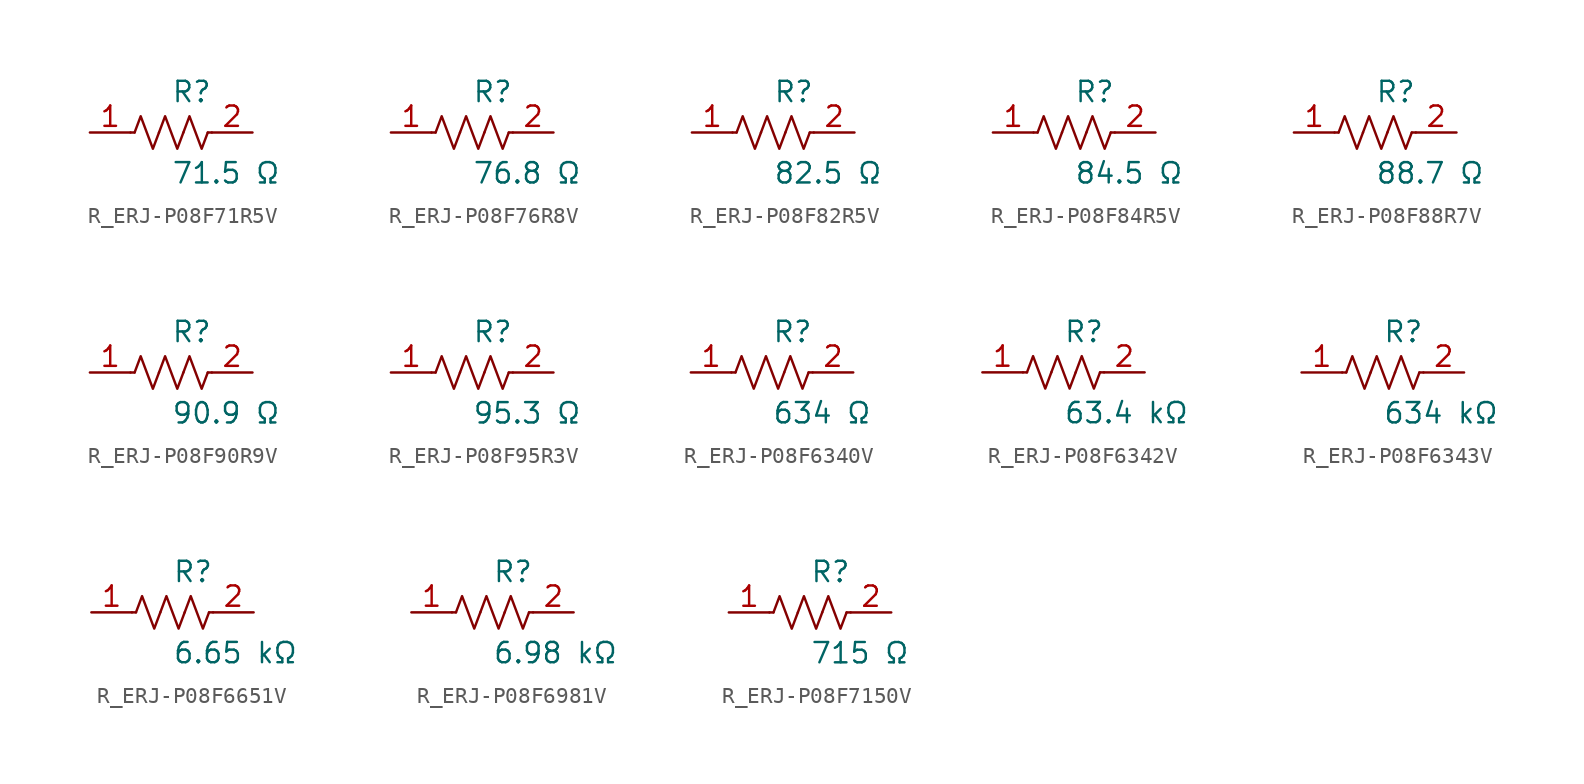
<source format=kicad_sym>
(kicad_symbol_lib
  (version 20231120)
  (generator kicad_symbol_editor)
  (generator_version 8.0)
  (symbol "R_ERJ-P08F71R5V"
    (pin_names
      (offset 0.254))
    (property "Reference" "R"
      (at 0.0 2.54 0)
      (effects (font (size 1.27 1.27)) (justify left)))
    (property "Value" "71.5 Ω"
      (at 0.0 -2.54 0)
      (effects (font (size 1.27 1.27)) (justify left)))
    (symbol "R_ERJ-P08F71R5V_0_1"
      (polyline (pts (xy 2.286 0) (xy 2.54 0)) (stroke (width 0) (type default)) (fill (type none)))
      (polyline (pts (xy -2.286 0) (xy -2.54 0)) (stroke (width 0) (type default)) (fill (type none)))
      (polyline (pts (xy 0.762 0) (xy 1.143 1.016) (xy 1.524 0) (xy 1.905 -1.016) (xy 2.286 0)) (stroke (width 0) (type default)) (fill (type none)))
      (polyline (pts (xy -0.762 0) (xy -0.381 1.016) (xy 0 0) (xy 0.381 -1.016) (xy 0.762 0)) (stroke (width 0) (type default)) (fill (type none)))
      (polyline (pts (xy -2.286 0) (xy -1.905 1.016) (xy -1.524 0) (xy -1.143 -1.016) (xy -0.762 0)) (stroke (width 0) (type default)) (fill (type none))))
    (pin unspecified line
      (at -5.08 0 0)
      (length 2.54)
      (name "" (effects (font (size 1.27 1.27))))
      (number "1" (effects (font (size 1.27 1.27)))))
    (pin unspecified line
      (at 5.08 0 180)
      (length 2.54)
      (name "" (effects (font (size 1.27 1.27))))
      (number "2" (effects (font (size 1.27 1.27))))))
  (symbol "R_ERJ-P08F76R8V"
    (pin_names
      (offset 0.254))
    (property "Reference" "R"
      (at 0.0 2.54 0)
      (effects (font (size 1.27 1.27)) (justify left)))
    (property "Value" "76.8 Ω"
      (at 0.0 -2.54 0)
      (effects (font (size 1.27 1.27)) (justify left)))
    (symbol "R_ERJ-P08F76R8V_0_1"
      (polyline (pts (xy 2.286 0) (xy 2.54 0)) (stroke (width 0) (type default)) (fill (type none)))
      (polyline (pts (xy -2.286 0) (xy -2.54 0)) (stroke (width 0) (type default)) (fill (type none)))
      (polyline (pts (xy 0.762 0) (xy 1.143 1.016) (xy 1.524 0) (xy 1.905 -1.016) (xy 2.286 0)) (stroke (width 0) (type default)) (fill (type none)))
      (polyline (pts (xy -0.762 0) (xy -0.381 1.016) (xy 0 0) (xy 0.381 -1.016) (xy 0.762 0)) (stroke (width 0) (type default)) (fill (type none)))
      (polyline (pts (xy -2.286 0) (xy -1.905 1.016) (xy -1.524 0) (xy -1.143 -1.016) (xy -0.762 0)) (stroke (width 0) (type default)) (fill (type none))))
    (pin unspecified line
      (at -5.08 0 0)
      (length 2.54)
      (name "" (effects (font (size 1.27 1.27))))
      (number "1" (effects (font (size 1.27 1.27)))))
    (pin unspecified line
      (at 5.08 0 180)
      (length 2.54)
      (name "" (effects (font (size 1.27 1.27))))
      (number "2" (effects (font (size 1.27 1.27))))))
  (symbol "R_ERJ-P08F82R5V"
    (pin_names
      (offset 0.254))
    (property "Reference" "R"
      (at 0.0 2.54 0)
      (effects (font (size 1.27 1.27)) (justify left)))
    (property "Value" "82.5 Ω"
      (at 0.0 -2.54 0)
      (effects (font (size 1.27 1.27)) (justify left)))
    (symbol "R_ERJ-P08F82R5V_0_1"
      (polyline (pts (xy 2.286 0) (xy 2.54 0)) (stroke (width 0) (type default)) (fill (type none)))
      (polyline (pts (xy -2.286 0) (xy -2.54 0)) (stroke (width 0) (type default)) (fill (type none)))
      (polyline (pts (xy 0.762 0) (xy 1.143 1.016) (xy 1.524 0) (xy 1.905 -1.016) (xy 2.286 0)) (stroke (width 0) (type default)) (fill (type none)))
      (polyline (pts (xy -0.762 0) (xy -0.381 1.016) (xy 0 0) (xy 0.381 -1.016) (xy 0.762 0)) (stroke (width 0) (type default)) (fill (type none)))
      (polyline (pts (xy -2.286 0) (xy -1.905 1.016) (xy -1.524 0) (xy -1.143 -1.016) (xy -0.762 0)) (stroke (width 0) (type default)) (fill (type none))))
    (pin unspecified line
      (at -5.08 0 0)
      (length 2.54)
      (name "" (effects (font (size 1.27 1.27))))
      (number "1" (effects (font (size 1.27 1.27)))))
    (pin unspecified line
      (at 5.08 0 180)
      (length 2.54)
      (name "" (effects (font (size 1.27 1.27))))
      (number "2" (effects (font (size 1.27 1.27))))))
  (symbol "R_ERJ-P08F84R5V"
    (pin_names
      (offset 0.254))
    (property "Reference" "R"
      (at 0.0 2.54 0)
      (effects (font (size 1.27 1.27)) (justify left)))
    (property "Value" "84.5 Ω"
      (at 0.0 -2.54 0)
      (effects (font (size 1.27 1.27)) (justify left)))
    (symbol "R_ERJ-P08F84R5V_0_1"
      (polyline (pts (xy 2.286 0) (xy 2.54 0)) (stroke (width 0) (type default)) (fill (type none)))
      (polyline (pts (xy -2.286 0) (xy -2.54 0)) (stroke (width 0) (type default)) (fill (type none)))
      (polyline (pts (xy 0.762 0) (xy 1.143 1.016) (xy 1.524 0) (xy 1.905 -1.016) (xy 2.286 0)) (stroke (width 0) (type default)) (fill (type none)))
      (polyline (pts (xy -0.762 0) (xy -0.381 1.016) (xy 0 0) (xy 0.381 -1.016) (xy 0.762 0)) (stroke (width 0) (type default)) (fill (type none)))
      (polyline (pts (xy -2.286 0) (xy -1.905 1.016) (xy -1.524 0) (xy -1.143 -1.016) (xy -0.762 0)) (stroke (width 0) (type default)) (fill (type none))))
    (pin unspecified line
      (at -5.08 0 0)
      (length 2.54)
      (name "" (effects (font (size 1.27 1.27))))
      (number "1" (effects (font (size 1.27 1.27)))))
    (pin unspecified line
      (at 5.08 0 180)
      (length 2.54)
      (name "" (effects (font (size 1.27 1.27))))
      (number "2" (effects (font (size 1.27 1.27))))))
  (symbol "R_ERJ-P08F88R7V"
    (pin_names
      (offset 0.254))
    (property "Reference" "R"
      (at 0.0 2.54 0)
      (effects (font (size 1.27 1.27)) (justify left)))
    (property "Value" "88.7 Ω"
      (at 0.0 -2.54 0)
      (effects (font (size 1.27 1.27)) (justify left)))
    (symbol "R_ERJ-P08F88R7V_0_1"
      (polyline (pts (xy 2.286 0) (xy 2.54 0)) (stroke (width 0) (type default)) (fill (type none)))
      (polyline (pts (xy -2.286 0) (xy -2.54 0)) (stroke (width 0) (type default)) (fill (type none)))
      (polyline (pts (xy 0.762 0) (xy 1.143 1.016) (xy 1.524 0) (xy 1.905 -1.016) (xy 2.286 0)) (stroke (width 0) (type default)) (fill (type none)))
      (polyline (pts (xy -0.762 0) (xy -0.381 1.016) (xy 0 0) (xy 0.381 -1.016) (xy 0.762 0)) (stroke (width 0) (type default)) (fill (type none)))
      (polyline (pts (xy -2.286 0) (xy -1.905 1.016) (xy -1.524 0) (xy -1.143 -1.016) (xy -0.762 0)) (stroke (width 0) (type default)) (fill (type none))))
    (pin unspecified line
      (at -5.08 0 0)
      (length 2.54)
      (name "" (effects (font (size 1.27 1.27))))
      (number "1" (effects (font (size 1.27 1.27)))))
    (pin unspecified line
      (at 5.08 0 180)
      (length 2.54)
      (name "" (effects (font (size 1.27 1.27))))
      (number "2" (effects (font (size 1.27 1.27))))))
  (symbol "R_ERJ-P08F90R9V"
    (pin_names
      (offset 0.254))
    (property "Reference" "R"
      (at 0.0 2.54 0)
      (effects (font (size 1.27 1.27)) (justify left)))
    (property "Value" "90.9 Ω"
      (at 0.0 -2.54 0)
      (effects (font (size 1.27 1.27)) (justify left)))
    (symbol "R_ERJ-P08F90R9V_0_1"
      (polyline (pts (xy 2.286 0) (xy 2.54 0)) (stroke (width 0) (type default)) (fill (type none)))
      (polyline (pts (xy -2.286 0) (xy -2.54 0)) (stroke (width 0) (type default)) (fill (type none)))
      (polyline (pts (xy 0.762 0) (xy 1.143 1.016) (xy 1.524 0) (xy 1.905 -1.016) (xy 2.286 0)) (stroke (width 0) (type default)) (fill (type none)))
      (polyline (pts (xy -0.762 0) (xy -0.381 1.016) (xy 0 0) (xy 0.381 -1.016) (xy 0.762 0)) (stroke (width 0) (type default)) (fill (type none)))
      (polyline (pts (xy -2.286 0) (xy -1.905 1.016) (xy -1.524 0) (xy -1.143 -1.016) (xy -0.762 0)) (stroke (width 0) (type default)) (fill (type none))))
    (pin unspecified line
      (at -5.08 0 0)
      (length 2.54)
      (name "" (effects (font (size 1.27 1.27))))
      (number "1" (effects (font (size 1.27 1.27)))))
    (pin unspecified line
      (at 5.08 0 180)
      (length 2.54)
      (name "" (effects (font (size 1.27 1.27))))
      (number "2" (effects (font (size 1.27 1.27))))))
  (symbol "R_ERJ-P08F95R3V"
    (pin_names
      (offset 0.254))
    (property "Reference" "R"
      (at 0.0 2.54 0)
      (effects (font (size 1.27 1.27)) (justify left)))
    (property "Value" "95.3 Ω"
      (at 0.0 -2.54 0)
      (effects (font (size 1.27 1.27)) (justify left)))
    (symbol "R_ERJ-P08F95R3V_0_1"
      (polyline (pts (xy 2.286 0) (xy 2.54 0)) (stroke (width 0) (type default)) (fill (type none)))
      (polyline (pts (xy -2.286 0) (xy -2.54 0)) (stroke (width 0) (type default)) (fill (type none)))
      (polyline (pts (xy 0.762 0) (xy 1.143 1.016) (xy 1.524 0) (xy 1.905 -1.016) (xy 2.286 0)) (stroke (width 0) (type default)) (fill (type none)))
      (polyline (pts (xy -0.762 0) (xy -0.381 1.016) (xy 0 0) (xy 0.381 -1.016) (xy 0.762 0)) (stroke (width 0) (type default)) (fill (type none)))
      (polyline (pts (xy -2.286 0) (xy -1.905 1.016) (xy -1.524 0) (xy -1.143 -1.016) (xy -0.762 0)) (stroke (width 0) (type default)) (fill (type none))))
    (pin unspecified line
      (at -5.08 0 0)
      (length 2.54)
      (name "" (effects (font (size 1.27 1.27))))
      (number "1" (effects (font (size 1.27 1.27)))))
    (pin unspecified line
      (at 5.08 0 180)
      (length 2.54)
      (name "" (effects (font (size 1.27 1.27))))
      (number "2" (effects (font (size 1.27 1.27))))))
  (symbol "R_ERJ-P08F6340V"
    (pin_names
      (offset 0.254))
    (property "Reference" "R"
      (at 0.0 2.54 0)
      (effects (font (size 1.27 1.27)) (justify left)))
    (property "Value" "634 Ω"
      (at 0.0 -2.54 0)
      (effects (font (size 1.27 1.27)) (justify left)))
    (symbol "R_ERJ-P08F6340V_0_1"
      (polyline (pts (xy 2.286 0) (xy 2.54 0)) (stroke (width 0) (type default)) (fill (type none)))
      (polyline (pts (xy -2.286 0) (xy -2.54 0)) (stroke (width 0) (type default)) (fill (type none)))
      (polyline (pts (xy 0.762 0) (xy 1.143 1.016) (xy 1.524 0) (xy 1.905 -1.016) (xy 2.286 0)) (stroke (width 0) (type default)) (fill (type none)))
      (polyline (pts (xy -0.762 0) (xy -0.381 1.016) (xy 0 0) (xy 0.381 -1.016) (xy 0.762 0)) (stroke (width 0) (type default)) (fill (type none)))
      (polyline (pts (xy -2.286 0) (xy -1.905 1.016) (xy -1.524 0) (xy -1.143 -1.016) (xy -0.762 0)) (stroke (width 0) (type default)) (fill (type none))))
    (pin unspecified line
      (at -5.08 0 0)
      (length 2.54)
      (name "" (effects (font (size 1.27 1.27))))
      (number "1" (effects (font (size 1.27 1.27)))))
    (pin unspecified line
      (at 5.08 0 180)
      (length 2.54)
      (name "" (effects (font (size 1.27 1.27))))
      (number "2" (effects (font (size 1.27 1.27))))))
  (symbol "R_ERJ-P08F6342V"
    (pin_names
      (offset 0.254))
    (property "Reference" "R"
      (at 0.0 2.54 0)
      (effects (font (size 1.27 1.27)) (justify left)))
    (property "Value" "63.4 kΩ"
      (at 0.0 -2.54 0)
      (effects (font (size 1.27 1.27)) (justify left)))
    (symbol "R_ERJ-P08F6342V_0_1"
      (polyline (pts (xy 2.286 0) (xy 2.54 0)) (stroke (width 0) (type default)) (fill (type none)))
      (polyline (pts (xy -2.286 0) (xy -2.54 0)) (stroke (width 0) (type default)) (fill (type none)))
      (polyline (pts (xy 0.762 0) (xy 1.143 1.016) (xy 1.524 0) (xy 1.905 -1.016) (xy 2.286 0)) (stroke (width 0) (type default)) (fill (type none)))
      (polyline (pts (xy -0.762 0) (xy -0.381 1.016) (xy 0 0) (xy 0.381 -1.016) (xy 0.762 0)) (stroke (width 0) (type default)) (fill (type none)))
      (polyline (pts (xy -2.286 0) (xy -1.905 1.016) (xy -1.524 0) (xy -1.143 -1.016) (xy -0.762 0)) (stroke (width 0) (type default)) (fill (type none))))
    (pin unspecified line
      (at -5.08 0 0)
      (length 2.54)
      (name "" (effects (font (size 1.27 1.27))))
      (number "1" (effects (font (size 1.27 1.27)))))
    (pin unspecified line
      (at 5.08 0 180)
      (length 2.54)
      (name "" (effects (font (size 1.27 1.27))))
      (number "2" (effects (font (size 1.27 1.27))))))
  (symbol "R_ERJ-P08F6343V"
    (pin_names
      (offset 0.254))
    (property "Reference" "R"
      (at 0.0 2.54 0)
      (effects (font (size 1.27 1.27)) (justify left)))
    (property "Value" "634 kΩ"
      (at 0.0 -2.54 0)
      (effects (font (size 1.27 1.27)) (justify left)))
    (symbol "R_ERJ-P08F6343V_0_1"
      (polyline (pts (xy 2.286 0) (xy 2.54 0)) (stroke (width 0) (type default)) (fill (type none)))
      (polyline (pts (xy -2.286 0) (xy -2.54 0)) (stroke (width 0) (type default)) (fill (type none)))
      (polyline (pts (xy 0.762 0) (xy 1.143 1.016) (xy 1.524 0) (xy 1.905 -1.016) (xy 2.286 0)) (stroke (width 0) (type default)) (fill (type none)))
      (polyline (pts (xy -0.762 0) (xy -0.381 1.016) (xy 0 0) (xy 0.381 -1.016) (xy 0.762 0)) (stroke (width 0) (type default)) (fill (type none)))
      (polyline (pts (xy -2.286 0) (xy -1.905 1.016) (xy -1.524 0) (xy -1.143 -1.016) (xy -0.762 0)) (stroke (width 0) (type default)) (fill (type none))))
    (pin unspecified line
      (at -5.08 0 0)
      (length 2.54)
      (name "" (effects (font (size 1.27 1.27))))
      (number "1" (effects (font (size 1.27 1.27)))))
    (pin unspecified line
      (at 5.08 0 180)
      (length 2.54)
      (name "" (effects (font (size 1.27 1.27))))
      (number "2" (effects (font (size 1.27 1.27))))))
  (symbol "R_ERJ-P08F6651V"
    (pin_names
      (offset 0.254))
    (property "Reference" "R"
      (at 0.0 2.54 0)
      (effects (font (size 1.27 1.27)) (justify left)))
    (property "Value" "6.65 kΩ"
      (at 0.0 -2.54 0)
      (effects (font (size 1.27 1.27)) (justify left)))
    (symbol "R_ERJ-P08F6651V_0_1"
      (polyline (pts (xy 2.286 0) (xy 2.54 0)) (stroke (width 0) (type default)) (fill (type none)))
      (polyline (pts (xy -2.286 0) (xy -2.54 0)) (stroke (width 0) (type default)) (fill (type none)))
      (polyline (pts (xy 0.762 0) (xy 1.143 1.016) (xy 1.524 0) (xy 1.905 -1.016) (xy 2.286 0)) (stroke (width 0) (type default)) (fill (type none)))
      (polyline (pts (xy -0.762 0) (xy -0.381 1.016) (xy 0 0) (xy 0.381 -1.016) (xy 0.762 0)) (stroke (width 0) (type default)) (fill (type none)))
      (polyline (pts (xy -2.286 0) (xy -1.905 1.016) (xy -1.524 0) (xy -1.143 -1.016) (xy -0.762 0)) (stroke (width 0) (type default)) (fill (type none))))
    (pin unspecified line
      (at -5.08 0 0)
      (length 2.54)
      (name "" (effects (font (size 1.27 1.27))))
      (number "1" (effects (font (size 1.27 1.27)))))
    (pin unspecified line
      (at 5.08 0 180)
      (length 2.54)
      (name "" (effects (font (size 1.27 1.27))))
      (number "2" (effects (font (size 1.27 1.27))))))
  (symbol "R_ERJ-P08F6981V"
    (pin_names
      (offset 0.254))
    (property "Reference" "R"
      (at 0.0 2.54 0)
      (effects (font (size 1.27 1.27)) (justify left)))
    (property "Value" "6.98 kΩ"
      (at 0.0 -2.54 0)
      (effects (font (size 1.27 1.27)) (justify left)))
    (symbol "R_ERJ-P08F6981V_0_1"
      (polyline (pts (xy 2.286 0) (xy 2.54 0)) (stroke (width 0) (type default)) (fill (type none)))
      (polyline (pts (xy -2.286 0) (xy -2.54 0)) (stroke (width 0) (type default)) (fill (type none)))
      (polyline (pts (xy 0.762 0) (xy 1.143 1.016) (xy 1.524 0) (xy 1.905 -1.016) (xy 2.286 0)) (stroke (width 0) (type default)) (fill (type none)))
      (polyline (pts (xy -0.762 0) (xy -0.381 1.016) (xy 0 0) (xy 0.381 -1.016) (xy 0.762 0)) (stroke (width 0) (type default)) (fill (type none)))
      (polyline (pts (xy -2.286 0) (xy -1.905 1.016) (xy -1.524 0) (xy -1.143 -1.016) (xy -0.762 0)) (stroke (width 0) (type default)) (fill (type none))))
    (pin unspecified line
      (at -5.08 0 0)
      (length 2.54)
      (name "" (effects (font (size 1.27 1.27))))
      (number "1" (effects (font (size 1.27 1.27)))))
    (pin unspecified line
      (at 5.08 0 180)
      (length 2.54)
      (name "" (effects (font (size 1.27 1.27))))
      (number "2" (effects (font (size 1.27 1.27))))))
  (symbol "R_ERJ-P08F7150V"
    (pin_names
      (offset 0.254))
    (property "Reference" "R"
      (at 0.0 2.54 0)
      (effects (font (size 1.27 1.27)) (justify left)))
    (property "Value" "715 Ω"
      (at 0.0 -2.54 0)
      (effects (font (size 1.27 1.27)) (justify left)))
    (symbol "R_ERJ-P08F7150V_0_1"
      (polyline (pts (xy 2.286 0) (xy 2.54 0)) (stroke (width 0) (type default)) (fill (type none)))
      (polyline (pts (xy -2.286 0) (xy -2.54 0)) (stroke (width 0) (type default)) (fill (type none)))
      (polyline (pts (xy 0.762 0) (xy 1.143 1.016) (xy 1.524 0) (xy 1.905 -1.016) (xy 2.286 0)) (stroke (width 0) (type default)) (fill (type none)))
      (polyline (pts (xy -0.762 0) (xy -0.381 1.016) (xy 0 0) (xy 0.381 -1.016) (xy 0.762 0)) (stroke (width 0) (type default)) (fill (type none)))
      (polyline (pts (xy -2.286 0) (xy -1.905 1.016) (xy -1.524 0) (xy -1.143 -1.016) (xy -0.762 0)) (stroke (width 0) (type default)) (fill (type none))))
    (pin unspecified line
      (at -5.08 0 0)
      (length 2.54)
      (name "" (effects (font (size 1.27 1.27))))
      (number "1" (effects (font (size 1.27 1.27)))))
    (pin unspecified line
      (at 5.08 0 180)
      (length 2.54)
      (name "" (effects (font (size 1.27 1.27))))
      (number "2" (effects (font (size 1.27 1.27)))))))
</source>
